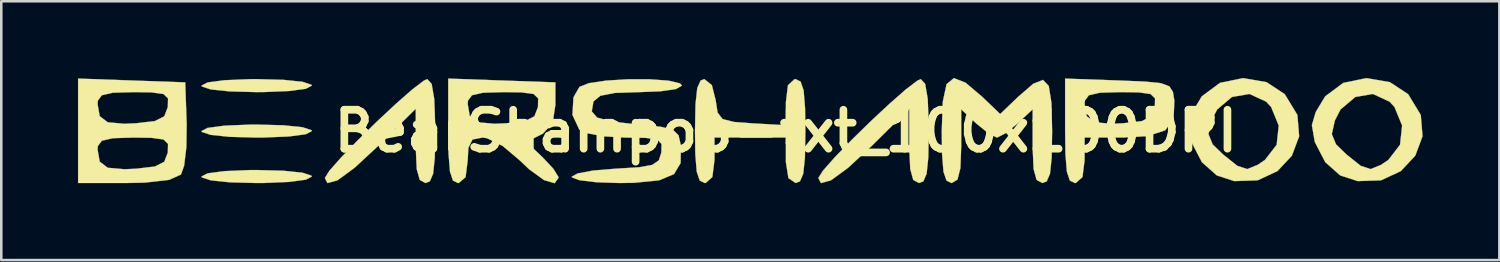
<source format=kicad_pcb>
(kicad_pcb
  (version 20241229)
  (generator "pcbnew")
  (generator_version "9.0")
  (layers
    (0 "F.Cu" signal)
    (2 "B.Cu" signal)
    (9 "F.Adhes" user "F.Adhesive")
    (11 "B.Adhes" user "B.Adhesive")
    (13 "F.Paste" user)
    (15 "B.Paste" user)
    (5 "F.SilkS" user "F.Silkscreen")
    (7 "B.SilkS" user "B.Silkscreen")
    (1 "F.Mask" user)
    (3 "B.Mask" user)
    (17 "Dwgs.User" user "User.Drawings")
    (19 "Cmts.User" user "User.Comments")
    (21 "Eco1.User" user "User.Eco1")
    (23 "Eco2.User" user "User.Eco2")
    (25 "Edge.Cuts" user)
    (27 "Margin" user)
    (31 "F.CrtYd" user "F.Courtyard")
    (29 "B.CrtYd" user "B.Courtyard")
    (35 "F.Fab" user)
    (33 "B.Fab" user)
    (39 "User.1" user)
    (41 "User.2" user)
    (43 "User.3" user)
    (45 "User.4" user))
  (footprint "BearShampoo-txt_100x100DPI"
    (layer "F.Cu")
    (at 27.691 2.077)
    (property "Reference" "BearShampoo-txt_100x100DPI" (at 0 0 0) (layer "F.SilkS") (effects (font (size 1.524 1.524) (thickness 0.3))))
    (attr through_hole)
    (fp_poly (pts (xy -19.65 -2.004) (xy -18.905 -1.927) (xy -18.557 -1.811) (xy -18.542 -1.778) (xy -18.781 -1.654) (xy -19.437 -1.567) (xy -20.423 -1.526) (xy -20.701 -1.524) (xy -21.752 -1.552) (xy -22.497 -1.629) (xy -22.845 -1.745) (xy -22.86 -1.778) (xy -22.621 -1.902) (xy -21.965 -1.989) (xy -20.979 -2.03) (xy -20.701 -2.032) (xy -19.65 -2.004)) (stroke (width 0.01) (type solid)) (fill yes) (layer "F.SilkS"))
    (fp_poly (pts (xy -19.65 -0.226) (xy -18.905 -0.149) (xy -18.557 -0.033) (xy -18.542 0) (xy -18.781 0.124) (xy -19.437 0.211) (xy -20.423 0.252) (xy -20.701 0.254) (xy -21.752 0.226) (xy -22.497 0.149) (xy -22.845 0.033) (xy -22.86 0) (xy -22.621 -0.124) (xy -21.965 -0.211) (xy -20.979 -0.252) (xy -20.701 -0.254) (xy -19.65 -0.226)) (stroke (width 0.01) (type solid)) (fill yes) (layer "F.SilkS"))
    (fp_poly (pts (xy -19.65 1.552) (xy -18.905 1.629) (xy -18.557 1.745) (xy -18.542 1.778) (xy -18.781 1.902) (xy -19.437 1.989) (xy -20.423 2.03) (xy -20.701 2.032) (xy -21.752 2.004) (xy -22.497 1.927) (xy -22.845 1.811) (xy -22.86 1.778) (xy -22.621 1.654) (xy -21.965 1.567) (xy -20.979 1.526) (xy -20.701 1.524) (xy -19.65 1.552)) (stroke (width 0.01) (type solid)) (fill yes) (layer "F.SilkS"))
    (fp_poly (pts (xy -13.856 -1.845) (xy -13.755 -1.252) (xy -13.717 -0.208) (xy -13.716 0) (xy -13.734 1.043) (xy -13.799 1.668) (xy -13.928 1.967) (xy -14.097 2.032) (xy -14.323 1.91) (xy -14.441 1.482) (xy -14.478 0.651) (xy -14.478 0.579) (xy -14.478 -0.873) (xy -15.946 0.579) (xy -16.874 1.439) (xy -17.543 1.928) (xy -17.934 2.035) (xy -18.034 1.835) (xy -17.859 1.555) (xy -17.398 1.032) (xy -16.747 0.36) (xy -16.002 -0.369) (xy -15.259 -1.062) (xy -14.615 -1.627) (xy -14.164 -1.971) (xy -14.028 -2.032) (xy -13.856 -1.845)) (stroke (width 0.01) (type solid)) (fill yes) (layer "F.SilkS"))
    (fp_poly (pts (xy 5.448 -1.845) (xy 5.549 -1.252) (xy 5.587 -0.208) (xy 5.588 0) (xy 5.57 1.043) (xy 5.505 1.668) (xy 5.376 1.967) (xy 5.207 2.032) (xy 4.981 1.91) (xy 4.863 1.482) (xy 4.826 0.651) (xy 4.826 0.579) (xy 4.826 -0.873) (xy 3.358 0.579) (xy 2.43 1.439) (xy 1.761 1.928) (xy 1.37 2.035) (xy 1.27 1.835) (xy 1.445 1.555) (xy 1.906 1.032) (xy 2.557 0.36) (xy 3.302 -0.369) (xy 4.045 -1.062) (xy 4.689 -1.627) (xy 5.14 -1.971) (xy 5.276 -2.032) (xy 5.448 -1.845)) (stroke (width 0.01) (type solid)) (fill yes) (layer "F.SilkS"))
    (fp_poly (pts (xy 18.8 -1.913) (xy 19.514 -1.444) (xy 20.008 -0.629) (xy 20.077 0.202) (xy 19.793 0.962) (xy 19.227 1.566) (xy 18.453 1.926) (xy 17.541 1.957) (xy 16.856 1.735) (xy 16.272 1.217) (xy 15.862 0.425) (xy 15.809 0.118) (xy 16.528 0.118) (xy 16.693 0.52) (xy 17.101 0.915) (xy 17.661 1.361) (xy 18.047 1.487) (xy 18.456 1.32) (xy 18.739 1.129) (xy 19.197 0.536) (xy 19.278 -0.216) (xy 18.98 -0.941) (xy 18.788 -1.15) (xy 18.135 -1.452) (xy 17.445 -1.333) (xy 16.869 -0.844) (xy 16.647 -0.414) (xy 16.528 0.118) (xy 15.809 0.118) (xy 15.748 -0.232) (xy 15.899 -0.746) (xy 16.263 -1.348) (xy 16.274 -1.363) (xy 16.979 -1.886) (xy 17.882 -2.071) (xy 18.8 -1.913)) (stroke (width 0.01) (type solid)) (fill yes) (layer "F.SilkS"))
    (fp_poly (pts (xy 23.626 -1.913) (xy 24.34 -1.444) (xy 24.834 -0.629) (xy 24.903 0.202) (xy 24.619 0.962) (xy 24.053 1.566) (xy 23.279 1.926) (xy 22.367 1.957) (xy 21.682 1.735) (xy 21.098 1.217) (xy 20.688 0.425) (xy 20.635 0.118) (xy 21.354 0.118) (xy 21.519 0.52) (xy 21.927 0.915) (xy 22.487 1.361) (xy 22.873 1.487) (xy 23.282 1.32) (xy 23.565 1.129) (xy 24.023 0.536) (xy 24.104 -0.216) (xy 23.806 -0.941) (xy 23.614 -1.15) (xy 22.961 -1.452) (xy 22.271 -1.333) (xy 21.695 -0.844) (xy 21.473 -0.414) (xy 21.354 0.118) (xy 20.635 0.118) (xy 20.574 -0.232) (xy 20.725 -0.746) (xy 21.089 -1.348) (xy 21.1 -1.363) (xy 21.805 -1.886) (xy 22.708 -2.071) (xy 23.626 -1.913)) (stroke (width 0.01) (type solid)) (fill yes) (layer "F.SilkS"))
    (fp_poly (pts (xy 0.576 -1.936) (xy 0.694 -1.589) (xy 0.75 -0.9) (xy 0.762 0) (xy 0.744 1.043) (xy 0.679 1.668) (xy 0.55 1.967) (xy 0.381 2.032) (xy 0.099 1.839) (xy 0.001 1.224) (xy 0 1.143) (xy 0 0.254) (xy -2.794 0.254) (xy -2.794 1.143) (xy -2.877 1.801) (xy -3.14 2.03) (xy -3.175 2.032) (xy -3.37 1.936) (xy -3.488 1.589) (xy -3.544 0.9) (xy -3.556 0) (xy -3.536 -1.053) (xy -3.467 -1.684) (xy -3.334 -1.979) (xy -3.191 -2.032) (xy -2.896 -1.798) (xy -2.747 -1.206) (xy -2.672 -0.725) (xy -2.479 -0.47) (xy -2.032 -0.356) (xy -1.333 -0.304) (xy 0 -0.227) (xy 0 -1.13) (xy 0.08 -1.792) (xy 0.337 -2.029) (xy 0.381 -2.032) (xy 0.576 -1.936)) (stroke (width 0.01) (type solid)) (fill yes) (layer "F.SilkS"))
    (fp_poly (pts (xy 7.031 -1.891) (xy 7.67 -1.349) (xy 8.382 -0.667) (xy 9.094 -1.349) (xy 9.674 -1.85) (xy 10.056 -2.002) (xy 10.282 -1.766) (xy 10.388 -1.102) (xy 10.414 0) (xy 10.396 1.043) (xy 10.331 1.668) (xy 10.202 1.967) (xy 10.033 2.032) (xy 9.806 1.91) (xy 9.688 1.479) (xy 9.652 0.644) (xy 9.652 0.591) (xy 9.652 -0.851) (xy 9.064 -0.298) (xy 8.589 0.088) (xy 8.26 0.254) (xy 8.255 0.254) (xy 7.931 0.095) (xy 7.458 -0.287) (xy 7.446 -0.298) (xy 6.858 -0.851) (xy 6.858 0.591) (xy 6.826 1.448) (xy 6.712 1.897) (xy 6.491 2.032) (xy 6.477 2.032) (xy 6.282 1.936) (xy 6.164 1.589) (xy 6.108 0.9) (xy 6.096 0) (xy 6.138 -1.155) (xy 6.285 -1.836) (xy 6.572 -2.072) (xy 7.031 -1.891)) (stroke (width 0.01) (type solid)) (fill yes) (layer "F.SilkS"))
    (fp_poly (pts (xy 13.018 -1.979) (xy 14.045 -1.937) (xy 14.67 -1.873) (xy 15 -1.75) (xy 15.14 -1.53) (xy 15.195 -1.191) (xy 15.166 -0.476) (xy 14.836 -0.029) (xy 14.139 0.198) (xy 13.177 0.254) (xy 11.684 0.254) (xy 11.684 1.143) (xy 11.601 1.801) (xy 11.338 2.03) (xy 11.303 2.032) (xy 11.108 1.937) (xy 10.991 1.59) (xy 10.934 0.903) (xy 10.922 -0.01) (xy 10.922 -1.058) (xy 11.684 -1.058) (xy 11.766 -0.583) (xy 12.082 -0.343) (xy 12.739 -0.285) (xy 13.199 -0.306) (xy 13.929 -0.393) (xy 14.292 -0.577) (xy 14.429 -0.932) (xy 14.432 -0.953) (xy 14.439 -1.278) (xy 14.263 -1.449) (xy 13.789 -1.514) (xy 13.099 -1.524) (xy 12.279 -1.5) (xy 11.85 -1.401) (xy 11.695 -1.191) (xy 11.684 -1.058) (xy 10.922 -1.058) (xy 10.922 -2.053) (xy 13.018 -1.979)) (stroke (width 0.01) (type solid)) (fill yes) (layer "F.SilkS"))
    (fp_poly (pts (xy -11.113 -1.979) (xy -9.017 -1.905) (xy -9.017 -1.024) (xy -9.124 -0.313) (xy -9.499 0.095) (xy -9.586 0.141) (xy -10.154 0.425) (xy -9.522 1.019) (xy -9.094 1.477) (xy -8.892 1.803) (xy -8.89 1.822) (xy -9.046 2.04) (xy -9.46 1.918) (xy -10.046 1.493) (xy -10.414 1.143) (xy -11.076 0.585) (xy -11.687 0.28) (xy -11.861 0.254) (xy -12.259 0.33) (xy -12.421 0.657) (xy -12.446 1.143) (xy -12.529 1.801) (xy -12.792 2.03) (xy -12.827 2.032) (xy -13.022 1.937) (xy -13.139 1.59) (xy -13.196 0.903) (xy -13.208 -0.01) (xy -13.208 -1.058) (xy -12.446 -1.058) (xy -12.364 -0.583) (xy -12.048 -0.343) (xy -11.391 -0.285) (xy -10.931 -0.306) (xy -10.201 -0.393) (xy -9.838 -0.577) (xy -9.701 -0.932) (xy -9.698 -0.953) (xy -9.691 -1.278) (xy -9.867 -1.449) (xy -10.341 -1.514) (xy -11.031 -1.524) (xy -11.851 -1.5) (xy -12.28 -1.401) (xy -12.435 -1.191) (xy -12.446 -1.058) (xy -13.208 -1.058) (xy -13.208 -2.053) (xy -11.113 -1.979)) (stroke (width 0.01) (type solid)) (fill yes) (layer "F.SilkS"))
    (fp_poly (pts (xy -25.59 -1.979) (xy -23.495 -1.905) (xy -23.439 -0.271) (xy -23.451 0.631) (xy -23.538 1.351) (xy -23.661 1.698) (xy -24.123 1.907) (xy -25.07 2.016) (xy -25.812 2.032) (xy -27.686 2.032) (xy -27.686 0.72) (xy -26.924 0.72) (xy -26.842 1.195) (xy -26.526 1.435) (xy -25.869 1.493) (xy -25.409 1.472) (xy -24.679 1.385) (xy -24.316 1.201) (xy -24.179 0.846) (xy -24.176 0.826) (xy -24.169 0.5) (xy -24.345 0.329) (xy -24.819 0.264) (xy -25.509 0.254) (xy -26.329 0.278) (xy -26.758 0.377) (xy -26.913 0.587) (xy -26.924 0.72) (xy -27.686 0.72) (xy -27.686 -1.058) (xy -26.924 -1.058) (xy -26.842 -0.583) (xy -26.526 -0.343) (xy -25.869 -0.285) (xy -25.409 -0.306) (xy -24.679 -0.393) (xy -24.316 -0.577) (xy -24.179 -0.932) (xy -24.176 -0.953) (xy -24.169 -1.278) (xy -24.345 -1.449) (xy -24.819 -1.514) (xy -25.509 -1.524) (xy -26.329 -1.5) (xy -26.758 -1.401) (xy -26.913 -1.191) (xy -26.924 -1.058) (xy -27.686 -1.058) (xy -27.686 -2.053) (xy -25.59 -1.979)) (stroke (width 0.01) (type solid)) (fill yes) (layer "F.SilkS"))
    (fp_poly (pts (xy -4.597 -1.973) (xy -4.144 -1.866) (xy -4.064 -1.778) (xy -4.297 -1.645) (xy -4.916 -1.555) (xy -5.723 -1.524) (xy -6.694 -1.492) (xy -7.258 -1.381) (xy -7.516 -1.169) (xy -7.532 -1.132) (xy -7.593 -0.77) (xy -7.388 -0.531) (xy -6.838 -0.374) (xy -5.866 -0.263) (xy -5.758 -0.254) (xy -4.896 -0.169) (xy -4.418 -0.051) (xy -4.198 0.166) (xy -4.114 0.542) (xy -4.109 0.587) (xy -4.118 1.252) (xy -4.376 1.683) (xy -4.957 1.926) (xy -5.933 2.023) (xy -6.508 2.032) (xy -7.41 2.002) (xy -8.075 1.922) (xy -8.376 1.809) (xy -8.382 1.79) (xy -8.15 1.658) (xy -7.541 1.544) (xy -6.685 1.473) (xy -6.668 1.472) (xy -5.75 1.416) (xy -5.224 1.322) (xy -4.971 1.146) (xy -4.875 0.847) (xy -4.872 0.826) (xy -4.864 0.506) (xy -5.031 0.335) (xy -5.487 0.266) (xy -6.282 0.254) (xy -7.142 0.205) (xy -7.81 0.077) (xy -8.077 -0.051) (xy -8.35 -0.631) (xy -8.309 -1.319) (xy -8.077 -1.727) (xy -7.705 -1.875) (xy -7.025 -1.975) (xy -6.183 -2.026) (xy -5.325 -2.026) (xy -4.597 -1.973)) (stroke (width 0.01) (type solid)) (fill yes) (layer "F.SilkS")))
  (gr_rect
    (start -3 -3)
    (end 55.599 7.122)
    (stroke (width 0.1) (type default))
    (fill no)
    (layer "Edge.Cuts")))
</source>
